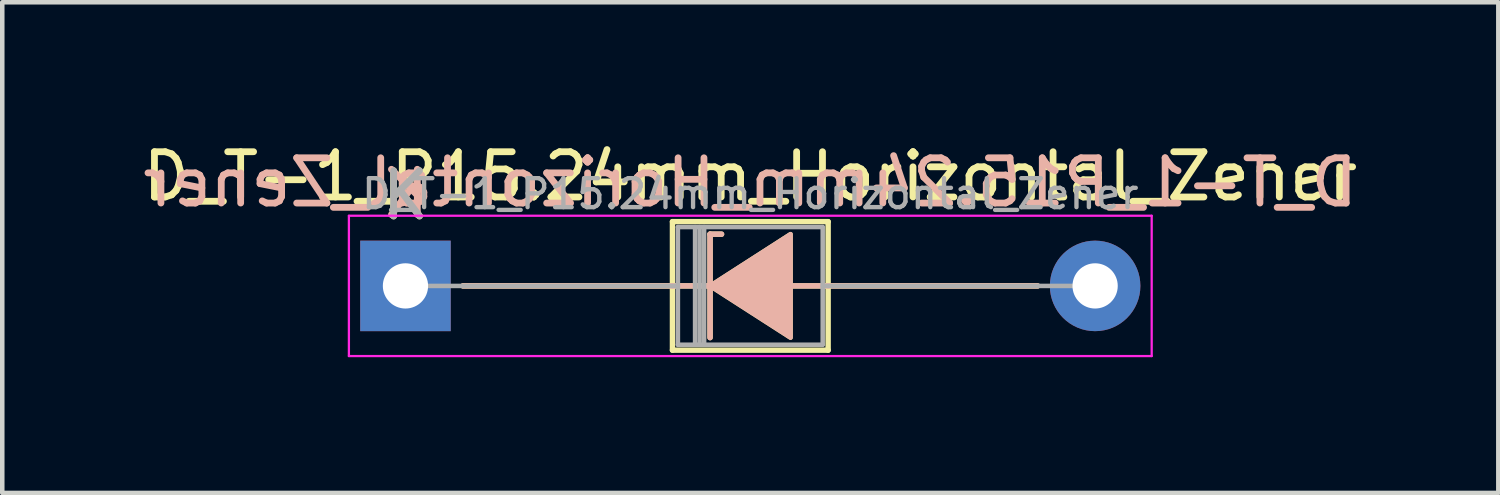
<source format=kicad_pcb>
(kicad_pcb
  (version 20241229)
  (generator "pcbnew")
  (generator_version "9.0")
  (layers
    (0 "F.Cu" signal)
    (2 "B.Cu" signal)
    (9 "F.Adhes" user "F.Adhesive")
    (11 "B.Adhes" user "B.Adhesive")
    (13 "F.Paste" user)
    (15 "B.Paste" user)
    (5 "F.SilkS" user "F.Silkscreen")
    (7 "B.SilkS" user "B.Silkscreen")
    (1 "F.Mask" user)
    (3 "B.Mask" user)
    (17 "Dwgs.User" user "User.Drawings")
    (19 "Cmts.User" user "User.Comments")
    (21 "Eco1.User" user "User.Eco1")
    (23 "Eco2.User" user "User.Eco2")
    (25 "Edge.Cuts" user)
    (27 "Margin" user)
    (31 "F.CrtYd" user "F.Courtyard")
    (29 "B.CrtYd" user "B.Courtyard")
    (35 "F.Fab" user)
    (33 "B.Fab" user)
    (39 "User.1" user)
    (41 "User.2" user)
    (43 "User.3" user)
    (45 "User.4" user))
  (footprint "D_T-1_P15.24mm_Horizontal_Zener"
    (layer "F.Cu")
    (at 5.91 3.268)
    (property "Reference" "D_T-1_P15.24mm_Horizontal_Zener" (at 7.62 -2.42 0) (layer "F.SilkS") (effects (font (size 1 1) (thickness 0.15))))
    (fp_line (start 1.27 0) (end 5.9 0) (stroke (width 0.12) (type solid)) (layer "F.SilkS"))
    (fp_line (start 5.9 -1.42) (end 5.9 1.42) (stroke (width 0.12) (type solid)) (layer "F.SilkS"))
    (fp_line (start 5.9 1.42) (end 9.34 1.42) (stroke (width 0.12) (type solid)) (layer "F.SilkS"))
    (fp_line (start 6.731 -1.143) (end 6.731 1.143) (stroke (width 0.12) (type solid)) (layer "F.SilkS"))
    (fp_line (start 6.731 -1.143) (end 6.985 -1.143) (stroke (width 0.12) (type solid)) (layer "F.SilkS"))
    (fp_line (start 6.858 0) (end 5.9 0) (stroke (width 0.12) (type solid)) (layer "F.SilkS"))
    (fp_line (start 8.509 0) (end 9.34 0) (stroke (width 0.12) (type solid)) (layer "F.SilkS"))
    (fp_line (start 9.34 -1.42) (end 5.9 -1.42) (stroke (width 0.12) (type solid)) (layer "F.SilkS"))
    (fp_line (start 9.34 1.42) (end 9.34 -1.42) (stroke (width 0.12) (type solid)) (layer "F.SilkS"))
    (fp_line (start 13.97 0) (end 9.34 0) (stroke (width 0.12) (type solid)) (layer "F.SilkS"))
    (fp_poly (pts (xy 8.509 1.143) (xy 6.731 0) (xy 8.509 -1.143)) (stroke (width 0.1) (type solid)) (fill yes) (layer "F.SilkS"))
    (fp_line (start 1.27 0) (end 5.9 0) (stroke (width 0.12) (type solid)) (layer "B.SilkS"))
    (fp_line (start 6.731 -1.143) (end 6.985 -1.143) (stroke (width 0.12) (type solid)) (layer "B.SilkS"))
    (fp_line (start 6.731 1.143) (end 6.731 -1.143) (stroke (width 0.12) (type solid)) (layer "B.SilkS"))
    (fp_line (start 6.858 0) (end 5.9 0) (stroke (width 0.12) (type solid)) (layer "B.SilkS"))
    (fp_line (start 8.509 0) (end 9.34 0) (stroke (width 0.12) (type solid)) (layer "B.SilkS"))
    (fp_line (start 13.97 0) (end 9.34 0) (stroke (width 0.12) (type solid)) (layer "B.SilkS"))
    (fp_poly (pts (xy 8.509 -1.143) (xy 6.731 0) (xy 8.509 1.143)) (stroke (width 0.1) (type solid)) (fill yes) (layer "B.SilkS"))
    (fp_line (start -1.25 -1.55) (end -1.25 1.55) (stroke (width 0.05) (type solid)) (layer "F.CrtYd"))
    (fp_line (start -1.25 1.55) (end 16.49 1.55) (stroke (width 0.05) (type solid)) (layer "F.CrtYd"))
    (fp_line (start 16.49 -1.55) (end -1.25 -1.55) (stroke (width 0.05) (type solid)) (layer "F.CrtYd"))
    (fp_line (start 16.49 1.55) (end 16.49 -1.55) (stroke (width 0.05) (type solid)) (layer "F.CrtYd"))
    (fp_line (start 0 0) (end 6.02 0) (stroke (width 0.1) (type solid)) (layer "F.Fab"))
    (fp_line (start 6.02 -1.3) (end 6.02 1.3) (stroke (width 0.1) (type solid)) (layer "F.Fab"))
    (fp_line (start 6.02 1.3) (end 9.22 1.3) (stroke (width 0.1) (type solid)) (layer "F.Fab"))
    (fp_line (start 6.4 -1.3) (end 6.4 1.3) (stroke (width 0.1) (type solid)) (layer "F.Fab"))
    (fp_line (start 6.5 -1.3) (end 6.5 1.3) (stroke (width 0.1) (type solid)) (layer "F.Fab"))
    (fp_line (start 6.6 -1.3) (end 6.6 1.3) (stroke (width 0.1) (type solid)) (layer "F.Fab"))
    (fp_line (start 9.22 -1.3) (end 6.02 -1.3) (stroke (width 0.1) (type solid)) (layer "F.Fab"))
    (fp_line (start 9.22 1.3) (end 9.22 -1.3) (stroke (width 0.1) (type solid)) (layer "F.Fab"))
    (fp_line (start 15.24 0) (end 9.22 0) (stroke (width 0.1) (type solid)) (layer "F.Fab"))
    (fp_text user "K" (at 0 -2 0) (layer "F.SilkS") (effects (font (size 1 1) (thickness 0.15))))
    (fp_text user "${REFERENCE}" (at 7.62 -2.286 0) (layer "B.SilkS") (effects (font (size 1 1) (thickness 0.15)) (justify mirror)))
    (fp_text user "K" (at 0 -2.032 0) (layer "B.SilkS") (effects (font (size 1 1) (thickness 0.15)) (justify mirror)))
    (fp_text user "K" (at 0 -2 0) (layer "F.Fab") (effects (font (size 1 1) (thickness 0.15))))
    (fp_text user "${REFERENCE}" (at 7.62 -2.032 0) (layer "F.Fab") (effects (font (size 0.64 0.64) (thickness 0.096))))
    (pad "1" thru_hole rect (at 0 0) (size 2 2) (drill 1) (layers "*.Cu" "*.Mask"))
    (pad "2" thru_hole oval (at 15.24 0) (size 2 2) (drill 1) (layers "*.Cu" "*.Mask")))
  (gr_rect
    (start -3 -3)
    (end 30.06 7.843)
    (stroke (width 0.1) (type default))
    (fill no)
    (layer "Edge.Cuts")))
</source>
